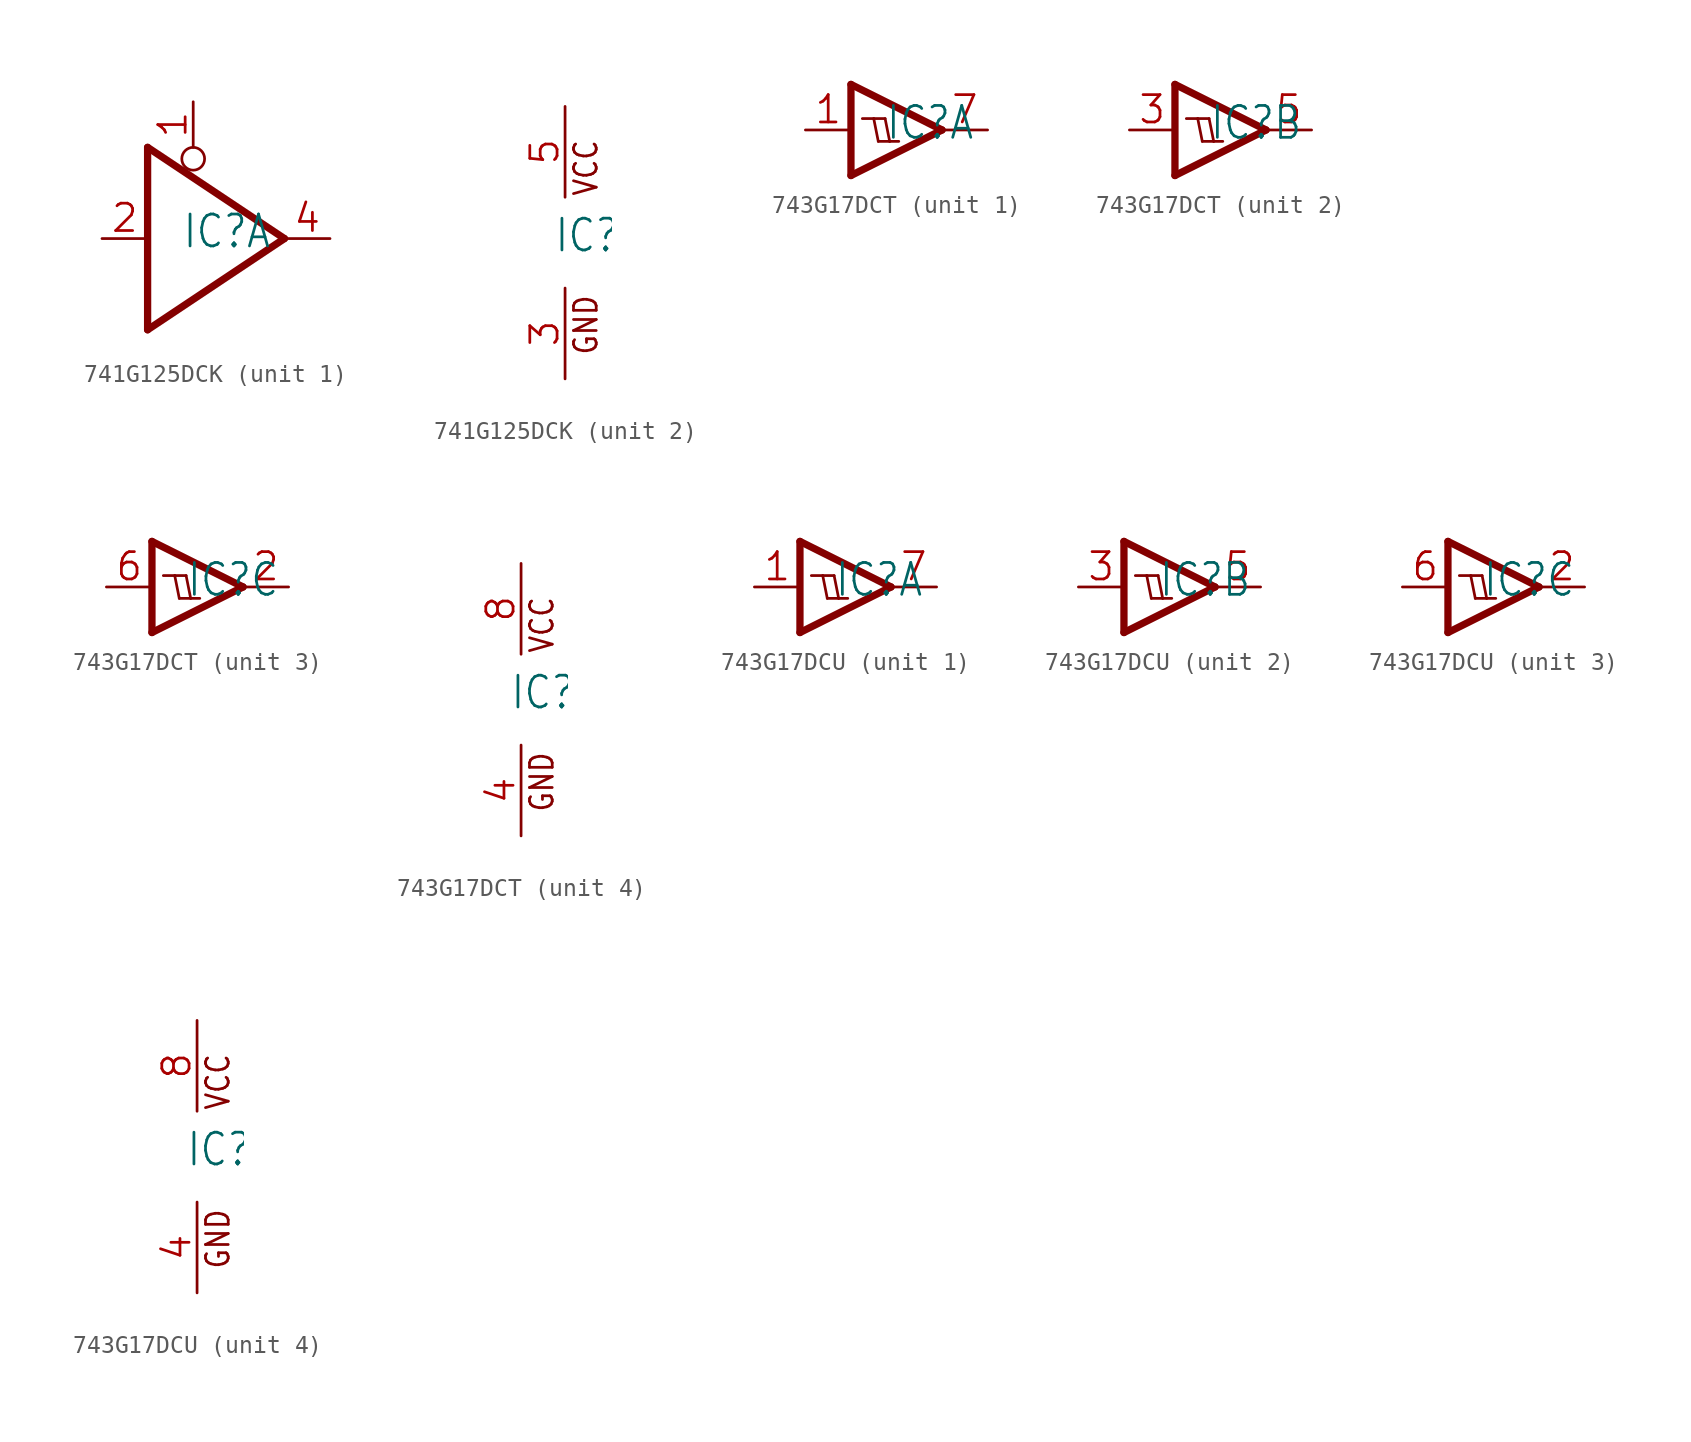
<source format=kicad_sym>
(kicad_symbol_lib
  (version 20241209)
  (generator "kicad_symbol_editor")
  (generator_version "9.0")
  (symbol "741G125DCK"
    (property "Reference" "IC"
      (at -0.635 -0.635 0)
      (effects (font (size 1.778 1.511)) (justify left bottom)))
    (property "ki_locked" ""
      (at 0 0 0)
      (effects (font (size 1.27 1.27))))
    (symbol "741G125DCK_1_0"
      (polyline (pts (xy -2.54 -5.08) (xy -2.54 5.08)) (stroke (width 0.406) (type solid)) (fill (type none)))
      (circle (center 0 4.445) (radius 0.635) (stroke (width 0.152) (type solid)) (fill (type none)))
      (polyline (pts (xy 5.08 0) (xy -2.54 5.08)) (stroke (width 0.406) (type solid)) (fill (type none)))
      (polyline (pts (xy 5.08 0) (xy -2.54 -5.08)) (stroke (width 0.406) (type solid)) (fill (type none)))
      (pin input line (at -5.08 0 0) (length 2.54) (name "I" (effects (font (size 0 0)))) (number "2" (effects (font (size 1.524 1.524)))))
      (pin input line (at 0 7.62 270) (length 2.54) (name "OE" (effects (font (size 0 0)))) (number "1" (effects (font (size 1.524 1.524)))))
      (pin tri_state line (at 7.62 0 180) (length 2.54) (name "O" (effects (font (size 0 0)))) (number "4" (effects (font (size 1.524 1.524))))))
    (symbol "741G125DCK_2_0"
      (text "VCC" (at 1.905 2.54 900) (effects (font (size 1.27 1.079)) (justify left bottom)))
      (text "GND" (at 1.905 -6.35 900) (effects (font (size 1.27 1.079)) (justify left bottom)))
      (pin power_in line (at 0 7.62 270) (length 5.08) (name "VCC" (effects (font (size 0 0)))) (number "5" (effects (font (size 1.524 1.524)))))
      (pin power_in line (at 0 -7.62 90) (length 5.08) (name "GND" (effects (font (size 0 0)))) (number "3" (effects (font (size 1.524 1.524)))))))
  (symbol "743G17DCT"
    (property "Reference" "IC"
      (at -0.635 -0.635 0)
      (effects (font (size 1.778 1.511)) (justify left bottom)))
    (property "ki_locked" ""
      (at 0 0 0)
      (effects (font (size 1.27 1.27))))
    (symbol "743G17DCT_1_0"
      (polyline (pts (xy -2.54 2.54) (xy 2.54 0)) (stroke (width 0.406) (type solid)) (fill (type none)))
      (polyline (pts (xy -2.54 -2.54) (xy -2.54 2.54)) (stroke (width 0.406) (type solid)) (fill (type none)))
      (polyline (pts (xy -1.905 0.635) (xy -1.27 0.635)) (stroke (width 0.152) (type solid)) (fill (type none)))
      (polyline (pts (xy -1.27 0.635) (xy -0.635 0.635)) (stroke (width 0.152) (type solid)) (fill (type none)))
      (polyline (pts (xy -1.016 -0.635) (xy -1.27 0.635)) (stroke (width 0.152) (type solid)) (fill (type none)))
      (polyline (pts (xy -1.016 -0.635) (xy -0.381 -0.635)) (stroke (width 0.152) (type solid)) (fill (type none)))
      (polyline (pts (xy -0.381 -0.635) (xy -0.635 0.635)) (stroke (width 0.152) (type solid)) (fill (type none)))
      (polyline (pts (xy -0.381 -0.635) (xy 0.127 -0.635)) (stroke (width 0.152) (type solid)) (fill (type none)))
      (polyline (pts (xy 2.54 0) (xy -2.54 -2.54)) (stroke (width 0.406) (type solid)) (fill (type none)))
      (pin input line (at -5.08 0 0) (length 2.54) (name "I" (effects (font (size 0 0)))) (number "1" (effects (font (size 1.524 1.524)))))
      (pin output line (at 5.08 0 180) (length 2.54) (name "O" (effects (font (size 0 0)))) (number "7" (effects (font (size 1.524 1.524))))))
    (symbol "743G17DCT_2_0"
      (polyline (pts (xy -2.54 2.54) (xy 2.54 0)) (stroke (width 0.406) (type solid)) (fill (type none)))
      (polyline (pts (xy -2.54 -2.54) (xy -2.54 2.54)) (stroke (width 0.406) (type solid)) (fill (type none)))
      (polyline (pts (xy -1.905 0.635) (xy -1.27 0.635)) (stroke (width 0.152) (type solid)) (fill (type none)))
      (polyline (pts (xy -1.27 0.635) (xy -0.635 0.635)) (stroke (width 0.152) (type solid)) (fill (type none)))
      (polyline (pts (xy -1.016 -0.635) (xy -1.27 0.635)) (stroke (width 0.152) (type solid)) (fill (type none)))
      (polyline (pts (xy -1.016 -0.635) (xy -0.381 -0.635)) (stroke (width 0.152) (type solid)) (fill (type none)))
      (polyline (pts (xy -0.381 -0.635) (xy -0.635 0.635)) (stroke (width 0.152) (type solid)) (fill (type none)))
      (polyline (pts (xy -0.381 -0.635) (xy 0.127 -0.635)) (stroke (width 0.152) (type solid)) (fill (type none)))
      (polyline (pts (xy 2.54 0) (xy -2.54 -2.54)) (stroke (width 0.406) (type solid)) (fill (type none)))
      (pin input line (at -5.08 0 0) (length 2.54) (name "I" (effects (font (size 0 0)))) (number "3" (effects (font (size 1.524 1.524)))))
      (pin output line (at 5.08 0 180) (length 2.54) (name "O" (effects (font (size 0 0)))) (number "5" (effects (font (size 1.524 1.524))))))
    (symbol "743G17DCT_3_0"
      (polyline (pts (xy -2.54 2.54) (xy 2.54 0)) (stroke (width 0.406) (type solid)) (fill (type none)))
      (polyline (pts (xy -2.54 -2.54) (xy -2.54 2.54)) (stroke (width 0.406) (type solid)) (fill (type none)))
      (polyline (pts (xy -1.905 0.635) (xy -1.27 0.635)) (stroke (width 0.152) (type solid)) (fill (type none)))
      (polyline (pts (xy -1.27 0.635) (xy -0.635 0.635)) (stroke (width 0.152) (type solid)) (fill (type none)))
      (polyline (pts (xy -1.016 -0.635) (xy -1.27 0.635)) (stroke (width 0.152) (type solid)) (fill (type none)))
      (polyline (pts (xy -1.016 -0.635) (xy -0.381 -0.635)) (stroke (width 0.152) (type solid)) (fill (type none)))
      (polyline (pts (xy -0.381 -0.635) (xy -0.635 0.635)) (stroke (width 0.152) (type solid)) (fill (type none)))
      (polyline (pts (xy -0.381 -0.635) (xy 0.127 -0.635)) (stroke (width 0.152) (type solid)) (fill (type none)))
      (polyline (pts (xy 2.54 0) (xy -2.54 -2.54)) (stroke (width 0.406) (type solid)) (fill (type none)))
      (pin input line (at -5.08 0 0) (length 2.54) (name "I" (effects (font (size 0 0)))) (number "6" (effects (font (size 1.524 1.524)))))
      (pin output line (at 5.08 0 180) (length 2.54) (name "O" (effects (font (size 0 0)))) (number "2" (effects (font (size 1.524 1.524))))))
    (symbol "743G17DCT_4_0"
      (text "VCC" (at 1.905 2.54 900) (effects (font (size 1.27 1.079)) (justify left bottom)))
      (text "GND" (at 1.905 -6.35 900) (effects (font (size 1.27 1.079)) (justify left bottom)))
      (pin power_in line (at 0 7.62 270) (length 5.08) (name "VCC" (effects (font (size 0 0)))) (number "8" (effects (font (size 1.524 1.524)))))
      (pin power_in line (at 0 -7.62 90) (length 5.08) (name "GND" (effects (font (size 0 0)))) (number "4" (effects (font (size 1.524 1.524)))))))
  (symbol "743G17DCU"
    (property "Reference" "IC"
      (at -0.635 -0.635 0)
      (effects (font (size 1.778 1.511)) (justify left bottom)))
    (property "ki_locked" ""
      (at 0 0 0)
      (effects (font (size 1.27 1.27))))
    (symbol "743G17DCU_1_0"
      (polyline (pts (xy -2.54 2.54) (xy 2.54 0)) (stroke (width 0.406) (type solid)) (fill (type none)))
      (polyline (pts (xy -2.54 -2.54) (xy -2.54 2.54)) (stroke (width 0.406) (type solid)) (fill (type none)))
      (polyline (pts (xy -1.905 0.635) (xy -1.27 0.635)) (stroke (width 0.152) (type solid)) (fill (type none)))
      (polyline (pts (xy -1.27 0.635) (xy -0.635 0.635)) (stroke (width 0.152) (type solid)) (fill (type none)))
      (polyline (pts (xy -1.016 -0.635) (xy -1.27 0.635)) (stroke (width 0.152) (type solid)) (fill (type none)))
      (polyline (pts (xy -1.016 -0.635) (xy -0.381 -0.635)) (stroke (width 0.152) (type solid)) (fill (type none)))
      (polyline (pts (xy -0.381 -0.635) (xy -0.635 0.635)) (stroke (width 0.152) (type solid)) (fill (type none)))
      (polyline (pts (xy -0.381 -0.635) (xy 0.127 -0.635)) (stroke (width 0.152) (type solid)) (fill (type none)))
      (polyline (pts (xy 2.54 0) (xy -2.54 -2.54)) (stroke (width 0.406) (type solid)) (fill (type none)))
      (pin input line (at -5.08 0 0) (length 2.54) (name "I" (effects (font (size 0 0)))) (number "1" (effects (font (size 1.524 1.524)))))
      (pin output line (at 5.08 0 180) (length 2.54) (name "O" (effects (font (size 0 0)))) (number "7" (effects (font (size 1.524 1.524))))))
    (symbol "743G17DCU_2_0"
      (polyline (pts (xy -2.54 2.54) (xy 2.54 0)) (stroke (width 0.406) (type solid)) (fill (type none)))
      (polyline (pts (xy -2.54 -2.54) (xy -2.54 2.54)) (stroke (width 0.406) (type solid)) (fill (type none)))
      (polyline (pts (xy -1.905 0.635) (xy -1.27 0.635)) (stroke (width 0.152) (type solid)) (fill (type none)))
      (polyline (pts (xy -1.27 0.635) (xy -0.635 0.635)) (stroke (width 0.152) (type solid)) (fill (type none)))
      (polyline (pts (xy -1.016 -0.635) (xy -1.27 0.635)) (stroke (width 0.152) (type solid)) (fill (type none)))
      (polyline (pts (xy -1.016 -0.635) (xy -0.381 -0.635)) (stroke (width 0.152) (type solid)) (fill (type none)))
      (polyline (pts (xy -0.381 -0.635) (xy -0.635 0.635)) (stroke (width 0.152) (type solid)) (fill (type none)))
      (polyline (pts (xy -0.381 -0.635) (xy 0.127 -0.635)) (stroke (width 0.152) (type solid)) (fill (type none)))
      (polyline (pts (xy 2.54 0) (xy -2.54 -2.54)) (stroke (width 0.406) (type solid)) (fill (type none)))
      (pin input line (at -5.08 0 0) (length 2.54) (name "I" (effects (font (size 0 0)))) (number "3" (effects (font (size 1.524 1.524)))))
      (pin output line (at 5.08 0 180) (length 2.54) (name "O" (effects (font (size 0 0)))) (number "5" (effects (font (size 1.524 1.524))))))
    (symbol "743G17DCU_3_0"
      (polyline (pts (xy -2.54 2.54) (xy 2.54 0)) (stroke (width 0.406) (type solid)) (fill (type none)))
      (polyline (pts (xy -2.54 -2.54) (xy -2.54 2.54)) (stroke (width 0.406) (type solid)) (fill (type none)))
      (polyline (pts (xy -1.905 0.635) (xy -1.27 0.635)) (stroke (width 0.152) (type solid)) (fill (type none)))
      (polyline (pts (xy -1.27 0.635) (xy -0.635 0.635)) (stroke (width 0.152) (type solid)) (fill (type none)))
      (polyline (pts (xy -1.016 -0.635) (xy -1.27 0.635)) (stroke (width 0.152) (type solid)) (fill (type none)))
      (polyline (pts (xy -1.016 -0.635) (xy -0.381 -0.635)) (stroke (width 0.152) (type solid)) (fill (type none)))
      (polyline (pts (xy -0.381 -0.635) (xy -0.635 0.635)) (stroke (width 0.152) (type solid)) (fill (type none)))
      (polyline (pts (xy -0.381 -0.635) (xy 0.127 -0.635)) (stroke (width 0.152) (type solid)) (fill (type none)))
      (polyline (pts (xy 2.54 0) (xy -2.54 -2.54)) (stroke (width 0.406) (type solid)) (fill (type none)))
      (pin input line (at -5.08 0 0) (length 2.54) (name "I" (effects (font (size 0 0)))) (number "6" (effects (font (size 1.524 1.524)))))
      (pin output line (at 5.08 0 180) (length 2.54) (name "O" (effects (font (size 0 0)))) (number "2" (effects (font (size 1.524 1.524))))))
    (symbol "743G17DCU_4_0"
      (text "VCC" (at 1.905 2.54 900) (effects (font (size 1.27 1.079)) (justify left bottom)))
      (text "GND" (at 1.905 -6.35 900) (effects (font (size 1.27 1.079)) (justify left bottom)))
      (pin power_in line (at 0 7.62 270) (length 5.08) (name "VCC" (effects (font (size 0 0)))) (number "8" (effects (font (size 1.524 1.524)))))
      (pin power_in line (at 0 -7.62 90) (length 5.08) (name "GND" (effects (font (size 0 0)))) (number "4" (effects (font (size 1.524 1.524))))))))
</source>
